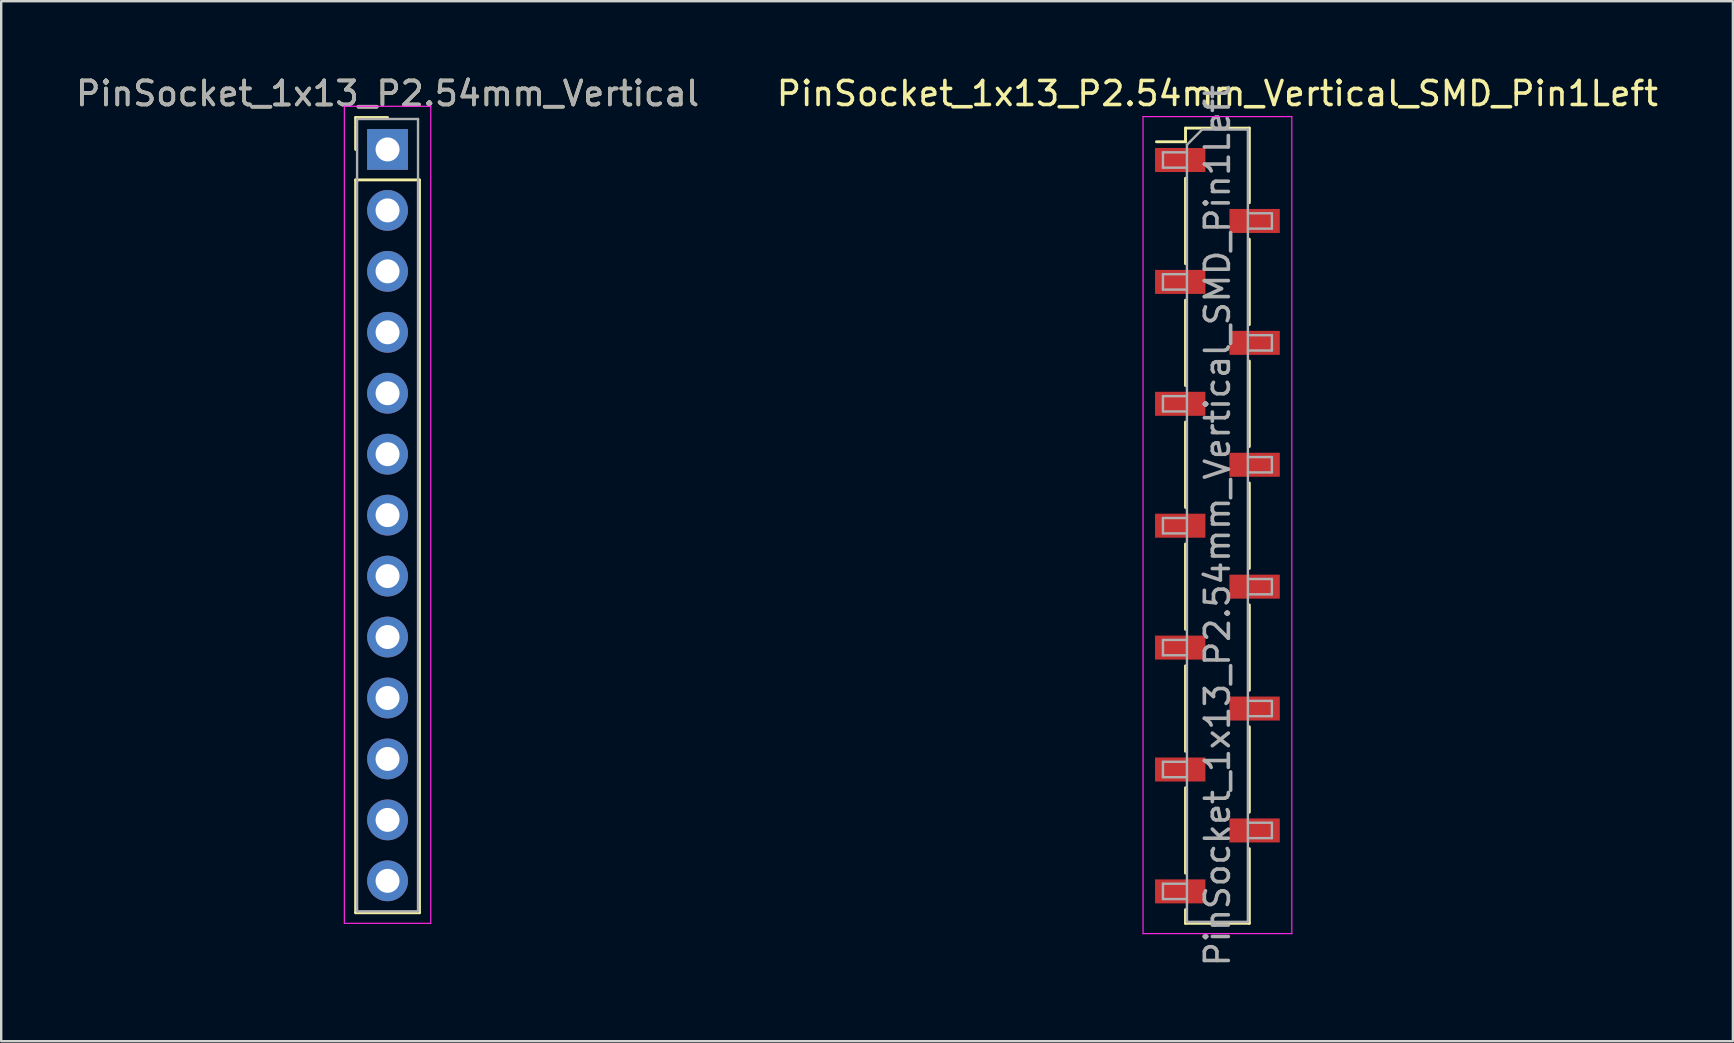
<source format=kicad_pcb>
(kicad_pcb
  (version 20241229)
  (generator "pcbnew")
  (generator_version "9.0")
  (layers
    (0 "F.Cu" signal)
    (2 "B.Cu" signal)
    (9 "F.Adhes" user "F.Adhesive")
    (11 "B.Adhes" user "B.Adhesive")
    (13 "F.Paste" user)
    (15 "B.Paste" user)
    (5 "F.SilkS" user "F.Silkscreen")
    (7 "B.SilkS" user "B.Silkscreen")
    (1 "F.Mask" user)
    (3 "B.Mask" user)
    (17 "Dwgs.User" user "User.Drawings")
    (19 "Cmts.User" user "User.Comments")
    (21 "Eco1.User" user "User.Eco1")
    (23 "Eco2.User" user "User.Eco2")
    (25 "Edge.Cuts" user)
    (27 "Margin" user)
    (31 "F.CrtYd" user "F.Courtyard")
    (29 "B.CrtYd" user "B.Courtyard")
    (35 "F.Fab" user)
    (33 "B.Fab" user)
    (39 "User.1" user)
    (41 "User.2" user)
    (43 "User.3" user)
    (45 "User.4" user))
  (footprint "PinSocket_1x13_P2.54mm_Vertical"
    (layer "F.Cu")
    (at 13.101 3.178)
    (property "Reference" "PinSocket_1x13_P2.54mm_Vertical" (at 0 -2.33 0) (layer "F.SilkS") (effects (font (size 1 1) (thickness 0.15))))
    (attr through_hole)
    (fp_line (start -1.33 -1.33) (end 0 -1.33) (stroke (width 0.12) (type solid)) (layer "F.SilkS"))
    (fp_line (start -1.33 0) (end -1.33 -1.33) (stroke (width 0.12) (type solid)) (layer "F.SilkS"))
    (fp_line (start -1.33 1.27) (end -1.33 31.81) (stroke (width 0.12) (type solid)) (layer "F.SilkS"))
    (fp_line (start -1.33 31.81) (end 1.33 31.81) (stroke (width 0.12) (type solid)) (layer "F.SilkS"))
    (fp_line (start 1.33 1.27) (end -1.33 1.27) (stroke (width 0.12) (type solid)) (layer "F.SilkS"))
    (fp_line (start 1.33 31.81) (end 1.33 1.27) (stroke (width 0.12) (type solid)) (layer "F.SilkS"))
    (fp_line (start -1.8 -1.8) (end -1.8 32.25) (stroke (width 0.05) (type solid)) (layer "F.CrtYd"))
    (fp_line (start -1.8 32.25) (end 1.8 32.25) (stroke (width 0.05) (type solid)) (layer "F.CrtYd"))
    (fp_line (start 1.8 -1.8) (end -1.8 -1.8) (stroke (width 0.05) (type solid)) (layer "F.CrtYd"))
    (fp_line (start 1.8 32.25) (end 1.8 -1.8) (stroke (width 0.05) (type solid)) (layer "F.CrtYd"))
    (fp_line (start -1.27 -1.27) (end -1.27 31.75) (stroke (width 0.1) (type solid)) (layer "F.Fab"))
    (fp_line (start -1.27 31.75) (end 1.27 31.75) (stroke (width 0.1) (type solid)) (layer "F.Fab"))
    (fp_line (start 1.27 -1.27) (end -1.27 -1.27) (stroke (width 0.1) (type solid)) (layer "F.Fab"))
    (fp_line (start 1.27 31.75) (end 1.27 -1.27) (stroke (width 0.1) (type solid)) (layer "F.Fab"))
    (fp_text user "${REFERENCE}" (at 0 -2.33 0) (layer "F.Fab") (effects (font (size 1 1) (thickness 0.15))))
    (pad "1" thru_hole rect (at 0 0) (size 1.7 1.7) (drill 1) (layers "*.Cu" "*.Mask"))
    (pad "2" thru_hole oval (at 0 2.54) (size 1.7 1.7) (drill 1) (layers "*.Cu" "*.Mask"))
    (pad "3" thru_hole oval (at 0 5.08) (size 1.7 1.7) (drill 1) (layers "*.Cu" "*.Mask"))
    (pad "4" thru_hole oval (at 0 7.62) (size 1.7 1.7) (drill 1) (layers "*.Cu" "*.Mask"))
    (pad "5" thru_hole oval (at 0 10.16) (size 1.7 1.7) (drill 1) (layers "*.Cu" "*.Mask"))
    (pad "6" thru_hole oval (at 0 12.7) (size 1.7 1.7) (drill 1) (layers "*.Cu" "*.Mask"))
    (pad "7" thru_hole oval (at 0 15.24) (size 1.7 1.7) (drill 1) (layers "*.Cu" "*.Mask"))
    (pad "8" thru_hole oval (at 0 17.78) (size 1.7 1.7) (drill 1) (layers "*.Cu" "*.Mask"))
    (pad "9" thru_hole oval (at 0 20.32) (size 1.7 1.7) (drill 1) (layers "*.Cu" "*.Mask"))
    (pad "10" thru_hole oval (at 0 22.86) (size 1.7 1.7) (drill 1) (layers "*.Cu" "*.Mask"))
    (pad "11" thru_hole oval (at 0 25.4) (size 1.7 1.7) (drill 1) (layers "*.Cu" "*.Mask"))
    (pad "12" thru_hole oval (at 0 27.94) (size 1.7 1.7) (drill 1) (layers "*.Cu" "*.Mask"))
    (pad "13" thru_hole oval (at 0 30.48) (size 1.7 1.7) (drill 1) (layers "*.Cu" "*.Mask")))
  (footprint "PinSocket_1x13_P2.54mm_Vertical_SMD_Pin1Left"
    (layer "F.Cu")
    (at 47.685 18.858)
    (property "Reference" "PinSocket_1x13_P2.54mm_Vertical_SMD_Pin1Left" (at 0 -18.01 0) (layer "F.SilkS") (effects (font (size 1 1) (thickness 0.15))))
    (attr smd)
    (fp_line (start -2.54 -16) (end -1.33 -16) (stroke (width 0.12) (type solid)) (layer "F.SilkS"))
    (fp_line (start -1.33 -16.57) (end -1.33 -16) (stroke (width 0.12) (type solid)) (layer "F.SilkS"))
    (fp_line (start -1.33 -16.57) (end 1.33 -16.57) (stroke (width 0.12) (type solid)) (layer "F.SilkS"))
    (fp_line (start -1.33 -14.48) (end -1.33 -10.92) (stroke (width 0.12) (type solid)) (layer "F.SilkS"))
    (fp_line (start -1.33 -9.4) (end -1.33 -5.84) (stroke (width 0.12) (type solid)) (layer "F.SilkS"))
    (fp_line (start -1.33 -4.32) (end -1.33 -0.76) (stroke (width 0.12) (type solid)) (layer "F.SilkS"))
    (fp_line (start -1.33 0.76) (end -1.33 4.32) (stroke (width 0.12) (type solid)) (layer "F.SilkS"))
    (fp_line (start -1.33 5.84) (end -1.33 9.4) (stroke (width 0.12) (type solid)) (layer "F.SilkS"))
    (fp_line (start -1.33 10.92) (end -1.33 14.48) (stroke (width 0.12) (type solid)) (layer "F.SilkS"))
    (fp_line (start -1.33 16) (end -1.33 16.57) (stroke (width 0.12) (type solid)) (layer "F.SilkS"))
    (fp_line (start -1.33 16.57) (end 1.33 16.57) (stroke (width 0.12) (type solid)) (layer "F.SilkS"))
    (fp_line (start 1.33 -16.57) (end 1.33 -13.46) (stroke (width 0.12) (type solid)) (layer "F.SilkS"))
    (fp_line (start 1.33 -11.94) (end 1.33 -8.38) (stroke (width 0.12) (type solid)) (layer "F.SilkS"))
    (fp_line (start 1.33 -6.86) (end 1.33 -3.3) (stroke (width 0.12) (type solid)) (layer "F.SilkS"))
    (fp_line (start 1.33 -1.78) (end 1.33 1.78) (stroke (width 0.12) (type solid)) (layer "F.SilkS"))
    (fp_line (start 1.33 3.3) (end 1.33 6.86) (stroke (width 0.12) (type solid)) (layer "F.SilkS"))
    (fp_line (start 1.33 8.38) (end 1.33 11.94) (stroke (width 0.12) (type solid)) (layer "F.SilkS"))
    (fp_line (start 1.33 13.46) (end 1.33 16.57) (stroke (width 0.12) (type solid)) (layer "F.SilkS"))
    (fp_line (start -3.1 -17.05) (end 3.1 -17.05) (stroke (width 0.05) (type solid)) (layer "F.CrtYd"))
    (fp_line (start -3.1 17) (end -3.1 -17.05) (stroke (width 0.05) (type solid)) (layer "F.CrtYd"))
    (fp_line (start 3.1 -17.05) (end 3.1 17) (stroke (width 0.05) (type solid)) (layer "F.CrtYd"))
    (fp_line (start 3.1 17) (end -3.1 17) (stroke (width 0.05) (type solid)) (layer "F.CrtYd"))
    (fp_line (start -2.27 -15.56) (end -1.27 -15.56) (stroke (width 0.1) (type solid)) (layer "F.Fab"))
    (fp_line (start -2.27 -14.92) (end -2.27 -15.56) (stroke (width 0.1) (type solid)) (layer "F.Fab"))
    (fp_line (start -2.27 -10.48) (end -1.27 -10.48) (stroke (width 0.1) (type solid)) (layer "F.Fab"))
    (fp_line (start -2.27 -9.84) (end -2.27 -10.48) (stroke (width 0.1) (type solid)) (layer "F.Fab"))
    (fp_line (start -2.27 -5.4) (end -1.27 -5.4) (stroke (width 0.1) (type solid)) (layer "F.Fab"))
    (fp_line (start -2.27 -4.76) (end -2.27 -5.4) (stroke (width 0.1) (type solid)) (layer "F.Fab"))
    (fp_line (start -2.27 -0.32) (end -1.27 -0.32) (stroke (width 0.1) (type solid)) (layer "F.Fab"))
    (fp_line (start -2.27 0.32) (end -2.27 -0.32) (stroke (width 0.1) (type solid)) (layer "F.Fab"))
    (fp_line (start -2.27 4.76) (end -1.27 4.76) (stroke (width 0.1) (type solid)) (layer "F.Fab"))
    (fp_line (start -2.27 5.4) (end -2.27 4.76) (stroke (width 0.1) (type solid)) (layer "F.Fab"))
    (fp_line (start -2.27 9.84) (end -1.27 9.84) (stroke (width 0.1) (type solid)) (layer "F.Fab"))
    (fp_line (start -2.27 10.48) (end -2.27 9.84) (stroke (width 0.1) (type solid)) (layer "F.Fab"))
    (fp_line (start -2.27 14.92) (end -1.27 14.92) (stroke (width 0.1) (type solid)) (layer "F.Fab"))
    (fp_line (start -2.27 15.56) (end -2.27 14.92) (stroke (width 0.1) (type solid)) (layer "F.Fab"))
    (fp_line (start -1.27 -15.875) (end -0.635 -16.51) (stroke (width 0.1) (type solid)) (layer "F.Fab"))
    (fp_line (start -1.27 -14.92) (end -2.27 -14.92) (stroke (width 0.1) (type solid)) (layer "F.Fab"))
    (fp_line (start -1.27 -9.84) (end -2.27 -9.84) (stroke (width 0.1) (type solid)) (layer "F.Fab"))
    (fp_line (start -1.27 -4.76) (end -2.27 -4.76) (stroke (width 0.1) (type solid)) (layer "F.Fab"))
    (fp_line (start -1.27 0.32) (end -2.27 0.32) (stroke (width 0.1) (type solid)) (layer "F.Fab"))
    (fp_line (start -1.27 5.4) (end -2.27 5.4) (stroke (width 0.1) (type solid)) (layer "F.Fab"))
    (fp_line (start -1.27 10.48) (end -2.27 10.48) (stroke (width 0.1) (type solid)) (layer "F.Fab"))
    (fp_line (start -1.27 15.56) (end -2.27 15.56) (stroke (width 0.1) (type solid)) (layer "F.Fab"))
    (fp_line (start -1.27 16.51) (end -1.27 -15.875) (stroke (width 0.1) (type solid)) (layer "F.Fab"))
    (fp_line (start -0.635 -16.51) (end 1.27 -16.51) (stroke (width 0.1) (type solid)) (layer "F.Fab"))
    (fp_line (start 1.27 -16.51) (end 1.27 16.51) (stroke (width 0.1) (type solid)) (layer "F.Fab"))
    (fp_line (start 1.27 -13.02) (end 2.27 -13.02) (stroke (width 0.1) (type solid)) (layer "F.Fab"))
    (fp_line (start 1.27 -7.94) (end 2.27 -7.94) (stroke (width 0.1) (type solid)) (layer "F.Fab"))
    (fp_line (start 1.27 -2.86) (end 2.27 -2.86) (stroke (width 0.1) (type solid)) (layer "F.Fab"))
    (fp_line (start 1.27 2.22) (end 2.27 2.22) (stroke (width 0.1) (type solid)) (layer "F.Fab"))
    (fp_line (start 1.27 7.3) (end 2.27 7.3) (stroke (width 0.1) (type solid)) (layer "F.Fab"))
    (fp_line (start 1.27 12.38) (end 2.27 12.38) (stroke (width 0.1) (type solid)) (layer "F.Fab"))
    (fp_line (start 1.27 16.51) (end -1.27 16.51) (stroke (width 0.1) (type solid)) (layer "F.Fab"))
    (fp_line (start 2.27 -13.02) (end 2.27 -12.38) (stroke (width 0.1) (type solid)) (layer "F.Fab"))
    (fp_line (start 2.27 -12.38) (end 1.27 -12.38) (stroke (width 0.1) (type solid)) (layer "F.Fab"))
    (fp_line (start 2.27 -7.94) (end 2.27 -7.3) (stroke (width 0.1) (type solid)) (layer "F.Fab"))
    (fp_line (start 2.27 -7.3) (end 1.27 -7.3) (stroke (width 0.1) (type solid)) (layer "F.Fab"))
    (fp_line (start 2.27 -2.86) (end 2.27 -2.22) (stroke (width 0.1) (type solid)) (layer "F.Fab"))
    (fp_line (start 2.27 -2.22) (end 1.27 -2.22) (stroke (width 0.1) (type solid)) (layer "F.Fab"))
    (fp_line (start 2.27 2.22) (end 2.27 2.86) (stroke (width 0.1) (type solid)) (layer "F.Fab"))
    (fp_line (start 2.27 2.86) (end 1.27 2.86) (stroke (width 0.1) (type solid)) (layer "F.Fab"))
    (fp_line (start 2.27 7.3) (end 2.27 7.94) (stroke (width 0.1) (type solid)) (layer "F.Fab"))
    (fp_line (start 2.27 7.94) (end 1.27 7.94) (stroke (width 0.1) (type solid)) (layer "F.Fab"))
    (fp_line (start 2.27 12.38) (end 2.27 13.02) (stroke (width 0.1) (type solid)) (layer "F.Fab"))
    (fp_line (start 2.27 13.02) (end 1.27 13.02) (stroke (width 0.1) (type solid)) (layer "F.Fab"))
    (fp_text user "${REFERENCE}" (at 0 0 90) (layer "F.Fab") (effects (font (size 1 1) (thickness 0.15))))
    (pad "1" smd rect (at -1.55 -15.24) (size 2.1 1) (layers "F.Cu" "F.Mask" "F.Paste"))
    (pad "2" smd rect (at 1.55 -12.7) (size 2.1 1) (layers "F.Cu" "F.Mask" "F.Paste"))
    (pad "3" smd rect (at -1.55 -10.16) (size 2.1 1) (layers "F.Cu" "F.Mask" "F.Paste"))
    (pad "4" smd rect (at 1.55 -7.62) (size 2.1 1) (layers "F.Cu" "F.Mask" "F.Paste"))
    (pad "5" smd rect (at -1.55 -5.08) (size 2.1 1) (layers "F.Cu" "F.Mask" "F.Paste"))
    (pad "6" smd rect (at 1.55 -2.54) (size 2.1 1) (layers "F.Cu" "F.Mask" "F.Paste"))
    (pad "7" smd rect (at -1.55 0) (size 2.1 1) (layers "F.Cu" "F.Mask" "F.Paste"))
    (pad "8" smd rect (at 1.55 2.54) (size 2.1 1) (layers "F.Cu" "F.Mask" "F.Paste"))
    (pad "9" smd rect (at -1.55 5.08) (size 2.1 1) (layers "F.Cu" "F.Mask" "F.Paste"))
    (pad "10" smd rect (at 1.55 7.62) (size 2.1 1) (layers "F.Cu" "F.Mask" "F.Paste"))
    (pad "11" smd rect (at -1.55 10.16) (size 2.1 1) (layers "F.Cu" "F.Mask" "F.Paste"))
    (pad "12" smd rect (at 1.55 12.7) (size 2.1 1) (layers "F.Cu" "F.Mask" "F.Paste"))
    (pad "13" smd rect (at -1.55 15.24) (size 2.1 1) (layers "F.Cu" "F.Mask" "F.Paste")))
  (gr_rect
    (start -3 -3)
    (end 69.167 40.34)
    (stroke (width 0.1) (type default))
    (fill no)
    (layer "Edge.Cuts")))
</source>
